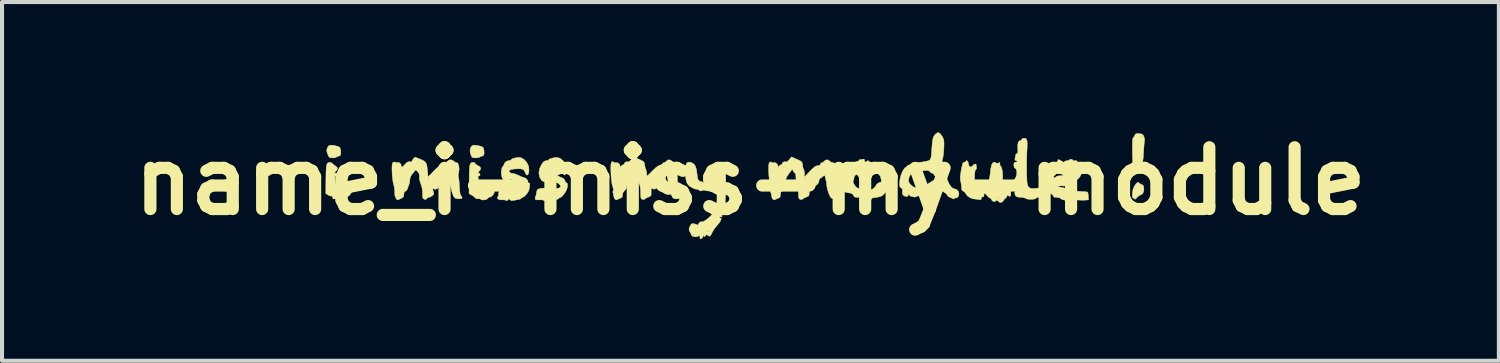
<source format=kicad_pcb>
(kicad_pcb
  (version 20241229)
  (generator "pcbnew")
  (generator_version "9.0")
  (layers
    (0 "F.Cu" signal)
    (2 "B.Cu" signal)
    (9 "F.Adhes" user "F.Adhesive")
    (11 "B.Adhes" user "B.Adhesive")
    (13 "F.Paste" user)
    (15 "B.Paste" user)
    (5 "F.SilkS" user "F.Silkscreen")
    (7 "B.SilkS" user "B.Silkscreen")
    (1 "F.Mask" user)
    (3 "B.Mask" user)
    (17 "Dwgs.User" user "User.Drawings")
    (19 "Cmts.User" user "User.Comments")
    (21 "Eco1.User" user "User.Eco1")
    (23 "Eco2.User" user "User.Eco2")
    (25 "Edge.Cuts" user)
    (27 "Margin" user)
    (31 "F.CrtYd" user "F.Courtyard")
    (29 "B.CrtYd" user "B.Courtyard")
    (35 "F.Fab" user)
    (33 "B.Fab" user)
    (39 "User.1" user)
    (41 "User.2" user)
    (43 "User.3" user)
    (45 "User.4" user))
  (footprint "name_i-miss-my-module"
    (layer "F.Cu")
    (at 15.465 1.418)
    (property "Reference" "name_i-miss-my-module" (at 0 0 0) (layer "F.SilkS") (effects (font (size 1.524 1.524) (thickness 0.3))))
    (attr through_hole)
    (fp_poly (pts (xy -6.765 -0.884) (xy -6.679 -0.866) (xy -6.621 -0.848) (xy -6.592 -0.824) (xy -6.578 -0.781) (xy -6.575 -0.762) (xy -6.57 -0.678) (xy -6.588 -0.629) (xy -6.626 -0.614) (xy -6.666 -0.604) (xy -6.678 -0.593) (xy -6.706 -0.58) (xy -6.759 -0.572) (xy -6.781 -0.572) (xy -6.839 -0.575) (xy -6.871 -0.591) (xy -6.891 -0.629) (xy -6.896 -0.642) (xy -6.918 -0.718) (xy -6.917 -0.778) (xy -6.897 -0.835) (xy -6.871 -0.871) (xy -6.829 -0.887) (xy -6.765 -0.884)) (stroke (width 0.01) (type solid)) (fill yes) (layer "F.SilkS"))
    (fp_poly (pts (xy -10.299 -0.884) (xy -10.214 -0.866) (xy -10.156 -0.848) (xy -10.127 -0.824) (xy -10.113 -0.781) (xy -10.11 -0.762) (xy -10.105 -0.678) (xy -10.122 -0.629) (xy -10.161 -0.614) (xy -10.201 -0.604) (xy -10.213 -0.593) (xy -10.241 -0.579) (xy -10.293 -0.572) (xy -10.309 -0.572) (xy -10.365 -0.576) (xy -10.398 -0.596) (xy -10.423 -0.645) (xy -10.424 -0.648) (xy -10.449 -0.716) (xy -10.454 -0.766) (xy -10.44 -0.816) (xy -10.432 -0.835) (xy -10.406 -0.871) (xy -10.364 -0.887) (xy -10.299 -0.884)) (stroke (width 0.01) (type solid)) (fill yes) (layer "F.SilkS"))
    (fp_poly (pts (xy 9.581 0.039) (xy 9.595 0.052) (xy 9.635 0.079) (xy 9.659 0.085) (xy 9.687 0.103) (xy 9.704 0.149) (xy 9.708 0.21) (xy 9.696 0.271) (xy 9.694 0.277) (xy 9.664 0.322) (xy 9.63 0.339) (xy 9.593 0.354) (xy 9.548 0.392) (xy 9.537 0.404) (xy 9.504 0.439) (xy 9.484 0.45) (xy 9.483 0.446) (xy 9.466 0.426) (xy 9.451 0.423) (xy 9.43 0.411) (xy 9.421 0.369) (xy 9.419 0.326) (xy 9.434 0.217) (xy 9.473 0.119) (xy 9.524 0.054) (xy 9.556 0.031) (xy 9.581 0.039)) (stroke (width 0.01) (type solid)) (fill yes) (layer "F.SilkS"))
    (fp_poly (pts (xy 9.612 -1.17) (xy 9.666 -1.157) (xy 9.695 -1.128) (xy 9.712 -1.085) (xy 9.724 -1.03) (xy 9.725 -0.994) (xy 9.723 -0.99) (xy 9.718 -0.962) (xy 9.712 -0.902) (xy 9.706 -0.819) (xy 9.702 -0.745) (xy 9.696 -0.645) (xy 9.688 -0.554) (xy 9.679 -0.486) (xy 9.672 -0.458) (xy 9.662 -0.409) (xy 9.664 -0.379) (xy 9.66 -0.361) (xy 9.653 -0.36) (xy 9.633 -0.343) (xy 9.631 -0.328) (xy 9.613 -0.302) (xy 9.58 -0.296) (xy 9.526 -0.291) (xy 9.497 -0.284) (xy 9.46 -0.288) (xy 9.448 -0.3) (xy 9.442 -0.33) (xy 9.436 -0.394) (xy 9.434 -0.417) (xy 9.592 -0.417) (xy 9.597 -0.405) (xy 9.618 -0.383) (xy 9.631 -0.387) (xy 9.631 -0.39) (xy 9.616 -0.408) (xy 9.606 -0.415) (xy 9.592 -0.417) (xy 9.434 -0.417) (xy 9.43 -0.486) (xy 9.426 -0.597) (xy 9.424 -0.69) (xy 9.423 -0.826) (xy 9.423 -0.926) (xy 9.426 -0.995) (xy 9.432 -1.04) (xy 9.441 -1.067) (xy 9.451 -1.079) (xy 9.475 -1.111) (xy 9.652 -1.111) (xy 9.663 -1.101) (xy 9.673 -1.111) (xy 9.663 -1.122) (xy 9.652 -1.111) (xy 9.475 -1.111) (xy 9.478 -1.114) (xy 9.483 -1.133) (xy 9.498 -1.162) (xy 9.546 -1.174) (xy 9.612 -1.17)) (stroke (width 0.01) (type solid)) (fill yes) (layer "F.SilkS"))
    (fp_poly (pts (xy -6.806 -0.458) (xy -6.795 -0.44) (xy -6.777 -0.413) (xy -6.734 -0.388) (xy -6.731 -0.387) (xy -6.672 -0.353) (xy -6.652 -0.311) (xy -6.672 -0.266) (xy -6.687 -0.251) (xy -6.718 -0.222) (xy -6.716 -0.206) (xy -6.701 -0.199) (xy -6.673 -0.175) (xy -6.671 -0.145) (xy -6.694 -0.127) (xy -6.701 -0.127) (xy -6.723 -0.116) (xy -6.719 -0.08) (xy -6.706 -0.022) (xy -6.7 0.026) (xy -6.692 0.074) (xy -6.682 0.099) (xy -6.676 0.127) (xy -6.681 0.162) (xy -6.682 0.202) (xy -6.663 0.212) (xy -6.608 0.202) (xy -6.534 0.179) (xy -6.459 0.148) (xy -6.398 0.116) (xy -6.38 0.103) (xy -6.337 0.07) (xy -6.319 0.07) (xy -6.324 0.105) (xy -6.327 0.111) (xy -6.333 0.169) (xy -6.324 0.216) (xy -6.316 0.265) (xy -6.332 0.312) (xy -6.351 0.339) (xy -6.389 0.381) (xy -6.422 0.395) (xy -6.426 0.394) (xy -6.458 0.401) (xy -6.477 0.424) (xy -6.51 0.451) (xy -6.563 0.465) (xy -6.616 0.466) (xy -6.653 0.45) (xy -6.656 0.446) (xy -6.683 0.436) (xy -6.713 0.439) (xy -6.762 0.436) (xy -6.782 0.42) (xy -6.815 0.389) (xy -6.866 0.353) (xy -6.874 0.349) (xy -6.943 0.308) (xy -6.94 -0.01) (xy -6.938 -0.158) (xy -6.935 -0.27) (xy -6.929 -0.35) (xy -6.919 -0.403) (xy -6.904 -0.436) (xy -6.884 -0.454) (xy -6.857 -0.461) (xy -6.853 -0.462) (xy -6.806 -0.458)) (stroke (width 0.01) (type solid)) (fill yes) (layer "F.SilkS"))
    (fp_poly (pts (xy -10.346 -0.457) (xy -10.32 -0.441) (xy -10.287 -0.409) (xy -10.239 -0.375) (xy -10.192 -0.332) (xy -10.187 -0.29) (xy -10.223 -0.248) (xy -10.227 -0.245) (xy -10.257 -0.221) (xy -10.253 -0.207) (xy -10.238 -0.2) (xy -10.209 -0.175) (xy -10.205 -0.145) (xy -10.227 -0.128) (xy -10.234 -0.127) (xy -10.256 -0.117) (xy -10.254 -0.082) (xy -10.251 -0.069) (xy -10.239 -0.007) (xy -10.235 0.037) (xy -10.228 0.074) (xy -10.217 0.085) (xy -10.208 0.102) (xy -10.212 0.146) (xy -10.213 0.148) (xy -10.218 0.195) (xy -10.202 0.211) (xy -10.197 0.212) (xy -10.143 0.202) (xy -10.069 0.179) (xy -9.994 0.148) (xy -9.934 0.116) (xy -9.915 0.103) (xy -9.872 0.069) (xy -9.853 0.07) (xy -9.859 0.105) (xy -9.861 0.111) (xy -9.87 0.175) (xy -9.849 0.225) (xy -9.836 0.236) (xy -9.834 0.259) (xy -9.854 0.298) (xy -9.887 0.341) (xy -9.924 0.377) (xy -9.955 0.394) (xy -9.962 0.393) (xy -9.993 0.401) (xy -10.012 0.424) (xy -10.045 0.45) (xy -10.097 0.465) (xy -10.15 0.466) (xy -10.187 0.451) (xy -10.19 0.447) (xy -10.217 0.437) (xy -10.255 0.439) (xy -10.295 0.44) (xy -10.308 0.417) (xy -10.308 0.403) (xy -10.316 0.373) (xy -10.329 0.37) (xy -10.36 0.369) (xy -10.407 0.35) (xy -10.414 0.346) (xy -10.477 0.308) (xy -10.475 -0.01) (xy -10.473 -0.159) (xy -10.47 -0.271) (xy -10.463 -0.351) (xy -10.453 -0.405) (xy -10.439 -0.438) (xy -10.419 -0.455) (xy -10.394 -0.462) (xy -10.346 -0.457)) (stroke (width 0.01) (type solid)) (fill yes) (layer "F.SilkS"))
    (fp_poly (pts (xy 6.786 -1.054) (xy 6.81 -1.036) (xy 6.823 -0.998) (xy 6.828 -0.935) (xy 6.827 -0.839) (xy 6.823 -0.773) (xy 6.818 -0.644) (xy 6.815 -0.503) (xy 6.814 -0.359) (xy 6.815 -0.221) (xy 6.818 -0.099) (xy 6.822 -0.003) (xy 6.827 0.045) (xy 6.841 0.11) (xy 6.867 0.153) (xy 6.911 0.178) (xy 6.979 0.184) (xy 7.076 0.176) (xy 7.191 0.156) (xy 7.24 0.155) (xy 7.262 0.169) (xy 7.251 0.192) (xy 7.24 0.201) (xy 7.228 0.228) (xy 7.232 0.244) (xy 7.226 0.277) (xy 7.209 0.288) (xy 7.18 0.318) (xy 7.176 0.339) (xy 7.156 0.374) (xy 7.118 0.391) (xy 7.071 0.407) (xy 7.049 0.422) (xy 7.016 0.44) (xy 6.958 0.449) (xy 6.89 0.45) (xy 6.828 0.442) (xy 6.791 0.427) (xy 6.735 0.405) (xy 6.664 0.399) (xy 6.663 0.399) (xy 6.594 0.394) (xy 6.55 0.373) (xy 6.528 0.335) (xy 6.52 0.292) (xy 6.528 0.26) (xy 6.541 0.254) (xy 6.554 0.235) (xy 6.549 0.181) (xy 6.548 0.175) (xy 6.538 0.112) (xy 6.532 0.063) (xy 6.532 0.058) (xy 6.524 0.027) (xy 6.515 0.021) (xy 6.499 0.007) (xy 6.508 -0.03) (xy 6.537 -0.074) (xy 6.561 -0.124) (xy 6.572 -0.188) (xy 6.569 -0.25) (xy 6.554 -0.297) (xy 6.532 -0.314) (xy 6.506 -0.337) (xy 6.498 -0.393) (xy 6.503 -0.444) (xy 6.522 -0.464) (xy 6.54 -0.466) (xy 6.575 -0.475) (xy 6.583 -0.487) (xy 6.566 -0.505) (xy 6.549 -0.508) (xy 6.525 -0.519) (xy 6.527 -0.556) (xy 6.538 -0.611) (xy 6.54 -0.64) (xy 6.555 -0.672) (xy 6.572 -0.677) (xy 6.591 -0.687) (xy 6.598 -0.723) (xy 6.596 -0.778) (xy 6.594 -0.887) (xy 6.605 -0.957) (xy 6.632 -0.991) (xy 6.649 -0.995) (xy 6.682 -1.009) (xy 6.689 -1.027) (xy 6.707 -1.052) (xy 6.75 -1.058) (xy 6.786 -1.054)) (stroke (width 0.01) (type solid)) (fill yes) (layer "F.SilkS"))
    (fp_poly (pts (xy -4.701 -0.564) (xy -4.625 -0.507) (xy -4.566 -0.419) (xy -4.56 -0.405) (xy -4.536 -0.326) (xy -4.531 -0.249) (xy -4.544 -0.19) (xy -4.555 -0.174) (xy -4.588 -0.15) (xy -4.61 -0.164) (xy -4.624 -0.209) (xy -4.65 -0.262) (xy -4.686 -0.291) (xy -4.735 -0.302) (xy -4.806 -0.304) (xy -4.886 -0.3) (xy -4.957 -0.29) (xy -5.005 -0.275) (xy -5.011 -0.271) (xy -5.025 -0.24) (xy -5.006 -0.211) (xy -4.964 -0.193) (xy -4.94 -0.191) (xy -4.89 -0.181) (xy -4.808 -0.151) (xy -4.693 -0.101) (xy -4.614 -0.064) (xy -4.586 -0.032) (xy -4.576 -0.003) (xy -4.558 0.033) (xy -4.538 0.042) (xy -4.517 0.06) (xy -4.512 0.105) (xy -4.52 0.165) (xy -4.543 0.229) (xy -4.549 0.242) (xy -4.595 0.316) (xy -4.641 0.371) (xy -4.68 0.4) (xy -4.69 0.402) (xy -4.72 0.417) (xy -4.724 0.424) (xy -4.748 0.442) (xy -4.794 0.455) (xy -4.865 0.468) (xy -4.919 0.479) (xy -4.973 0.482) (xy -5.008 0.455) (xy -5.009 0.455) (xy -5.031 0.429) (xy -5.044 0.438) (xy -5.05 0.452) (xy -5.074 0.484) (xy -5.105 0.476) (xy -5.109 0.472) (xy -5.137 0.464) (xy -5.192 0.462) (xy -5.218 0.463) (xy -5.277 0.464) (xy -5.305 0.455) (xy -5.313 0.432) (xy -5.313 0.428) (xy -5.306 0.388) (xy -5.299 0.374) (xy -5.288 0.345) (xy -5.28 0.295) (xy -5.28 0.295) (xy -5.27 0.242) (xy -5.254 0.208) (xy -5.222 0.192) (xy -5.171 0.179) (xy -5.117 0.173) (xy -5.075 0.175) (xy -5.059 0.185) (xy -5.039 0.196) (xy -4.987 0.201) (xy -4.912 0.198) (xy -4.822 0.189) (xy -4.768 0.181) (xy -4.704 0.163) (xy -4.681 0.137) (xy -4.698 0.098) (xy -4.73 0.065) (xy -4.776 0.035) (xy -4.818 0.029) (xy -4.844 0.048) (xy -4.847 0.063) (xy -4.863 0.084) (xy -4.868 0.085) (xy -4.887 0.068) (xy -4.889 0.055) (xy -4.907 0.023) (xy -4.921 0.014) (xy -4.949 -0.015) (xy -4.953 -0.031) (xy -4.96 -0.051) (xy -4.987 -0.047) (xy -5.006 -0.038) (xy -5.045 -0.015) (xy -5.059 0.003) (xy -5.073 0.021) (xy -5.106 0.014) (xy -5.147 -0.015) (xy -5.159 -0.026) (xy -5.206 -0.108) (xy -5.22 -0.206) (xy -5.2 -0.312) (xy -5.184 -0.349) (xy -5.038 -0.349) (xy -5.027 -0.339) (xy -5.016 -0.349) (xy -5.027 -0.36) (xy -5.038 -0.349) (xy -5.184 -0.349) (xy -5.182 -0.354) (xy -5.137 -0.436) (xy -5.094 -0.484) (xy -5.047 -0.505) (xy -5.022 -0.507) (xy -4.985 -0.516) (xy -4.974 -0.529) (xy -4.962 -0.547) (xy -4.958 -0.547) (xy -4.929 -0.552) (xy -4.881 -0.569) (xy -4.879 -0.57) (xy -4.788 -0.586) (xy -4.701 -0.564)) (stroke (width 0.01) (type solid)) (fill yes) (layer "F.SilkS"))
    (fp_poly (pts (xy -5.672 -0.583) (xy -5.67 -0.582) (xy -5.59 -0.538) (xy -5.522 -0.466) (xy -5.478 -0.38) (xy -5.47 -0.346) (xy -5.464 -0.26) (xy -5.473 -0.193) (xy -5.495 -0.155) (xy -5.513 -0.148) (xy -5.538 -0.166) (xy -5.556 -0.209) (xy -5.582 -0.262) (xy -5.617 -0.291) (xy -5.666 -0.302) (xy -5.738 -0.304) (xy -5.817 -0.3) (xy -5.888 -0.29) (xy -5.937 -0.275) (xy -5.943 -0.271) (xy -5.956 -0.241) (xy -5.937 -0.211) (xy -5.895 -0.193) (xy -5.87 -0.191) (xy -5.823 -0.181) (xy -5.757 -0.157) (xy -5.715 -0.138) (xy -5.652 -0.108) (xy -5.601 -0.089) (xy -5.581 -0.085) (xy -5.545 -0.07) (xy -5.511 -0.037) (xy -5.49 -0.000245) (xy -5.492 0.02) (xy -5.488 0.039) (xy -5.472 0.042) (xy -5.45 0.051) (xy -5.444 0.086) (xy -5.447 0.122) (xy -5.457 0.187) (xy -5.471 0.239) (xy -5.473 0.243) (xy -5.5 0.29) (xy -5.542 0.341) (xy -5.585 0.382) (xy -5.62 0.402) (xy -5.623 0.402) (xy -5.652 0.417) (xy -5.655 0.424) (xy -5.679 0.442) (xy -5.726 0.455) (xy -5.797 0.468) (xy -5.851 0.479) (xy -5.905 0.481) (xy -5.938 0.458) (xy -5.96 0.434) (xy -5.973 0.446) (xy -5.976 0.454) (xy -6.002 0.485) (xy -6.036 0.476) (xy -6.04 0.472) (xy -6.069 0.464) (xy -6.123 0.462) (xy -6.139 0.463) (xy -6.204 0.457) (xy -6.239 0.433) (xy -6.239 0.395) (xy -6.226 0.373) (xy -6.212 0.343) (xy -6.215 0.333) (xy -6.218 0.304) (xy -6.2 0.259) (xy -6.171 0.215) (xy -6.137 0.185) (xy -6.128 0.181) (xy -6.068 0.171) (xy -6.018 0.172) (xy -5.991 0.184) (xy -5.99 0.188) (xy -5.971 0.198) (xy -5.922 0.201) (xy -5.852 0.199) (xy -5.774 0.192) (xy -5.699 0.181) (xy -5.637 0.167) (xy -5.602 0.154) (xy -5.603 0.135) (xy -5.627 0.101) (xy -5.664 0.063) (xy -5.702 0.033) (xy -5.73 0.021) (xy -5.762 0.038) (xy -5.771 0.053) (xy -5.785 0.071) (xy -5.808 0.059) (xy -5.831 0.037) (xy -5.867 -0.005) (xy -5.887 -0.039) (xy -5.902 -0.052) (xy -5.935 -0.035) (xy -5.952 -0.023) (xy -6.002 0.012) (xy -6.038 0.016) (xy -6.076 -0.011) (xy -6.095 -0.03) (xy -6.129 -0.09) (xy -6.146 -0.17) (xy -6.147 -0.254) (xy -6.13 -0.326) (xy -6.115 -0.349) (xy -5.969 -0.349) (xy -5.958 -0.339) (xy -5.948 -0.349) (xy -5.958 -0.36) (xy -5.969 -0.349) (xy -6.115 -0.349) (xy -6.112 -0.354) (xy -6.084 -0.395) (xy -6.075 -0.423) (xy -6.056 -0.461) (xy -6.011 -0.493) (xy -5.955 -0.507) (xy -5.953 -0.507) (xy -5.916 -0.515) (xy -5.905 -0.526) (xy -5.887 -0.545) (xy -5.84 -0.563) (xy -5.779 -0.577) (xy -5.718 -0.585) (xy -5.672 -0.583)) (stroke (width 0.01) (type solid)) (fill yes) (layer "F.SilkS"))
    (fp_poly (pts (xy 7.936 -0.534) (xy 7.958 -0.513) (xy 7.959 -0.509) (xy 7.976 -0.5) (xy 8.012 -0.503) (xy 8.053 -0.503) (xy 8.065 -0.48) (xy 8.08 -0.444) (xy 8.091 -0.436) (xy 8.106 -0.422) (xy 8.091 -0.411) (xy 8.077 -0.394) (xy 8.095 -0.369) (xy 8.129 -0.344) (xy 8.146 -0.339) (xy 8.173 -0.322) (xy 8.182 -0.278) (xy 8.175 -0.219) (xy 8.154 -0.155) (xy 8.121 -0.097) (xy 8.104 -0.079) (xy 8.063 -0.042) (xy 8.033 -0.024) (xy 8.029 -0.023) (xy 7.968 -0.025) (xy 7.927 -0.008) (xy 7.916 0.013) (xy 7.907 0.036) (xy 7.871 0.035) (xy 7.861 0.033) (xy 7.822 0.027) (xy 7.814 0.042) (xy 7.817 0.05) (xy 7.814 0.089) (xy 7.781 0.115) (xy 7.731 0.121) (xy 7.717 0.119) (xy 7.656 0.116) (xy 7.616 0.126) (xy 7.567 0.145) (xy 7.614 0.147) (xy 7.666 0.153) (xy 7.728 0.167) (xy 7.79 0.184) (xy 7.836 0.201) (xy 7.853 0.214) (xy 7.872 0.222) (xy 7.924 0.231) (xy 7.999 0.242) (xy 8.086 0.251) (xy 8.176 0.258) (xy 8.255 0.262) (xy 8.3 0.266) (xy 8.323 0.281) (xy 8.332 0.319) (xy 8.335 0.364) (xy 8.342 0.463) (xy 8.251 0.47) (xy 8.177 0.471) (xy 8.086 0.467) (xy 8.033 0.462) (xy 7.961 0.457) (xy 7.913 0.46) (xy 7.899 0.467) (xy 7.875 0.483) (xy 7.867 0.483) (xy 7.831 0.479) (xy 7.773 0.473) (xy 7.758 0.471) (xy 7.7 0.459) (xy 7.661 0.438) (xy 7.656 0.432) (xy 7.623 0.411) (xy 7.561 0.402) (xy 7.555 0.402) (xy 7.497 0.397) (xy 7.473 0.379) (xy 7.472 0.37) (xy 7.455 0.337) (xy 7.423 0.316) (xy 7.363 0.268) (xy 7.31 0.189) (xy 7.27 0.089) (xy 7.246 -0.022) (xy 7.244 -0.046) (xy 7.242 -0.106) (xy 7.472 -0.106) (xy 7.487 -0.088) (xy 7.517 -0.088) (xy 7.539 -0.106) (xy 7.539 -0.107) (xy 7.563 -0.121) (xy 7.615 -0.131) (xy 7.647 -0.134) (xy 7.705 -0.14) (xy 7.741 -0.152) (xy 7.747 -0.16) (xy 7.765 -0.181) (xy 7.808 -0.207) (xy 7.862 -0.233) (xy 7.913 -0.251) (xy 7.935 -0.254) (xy 7.953 -0.27) (xy 7.955 -0.308) (xy 7.942 -0.352) (xy 7.918 -0.385) (xy 7.913 -0.388) (xy 7.876 -0.396) (xy 7.843 -0.374) (xy 7.796 -0.348) (xy 7.745 -0.339) (xy 7.702 -0.332) (xy 7.684 -0.318) (xy 7.668 -0.297) (xy 7.662 -0.296) (xy 7.629 -0.282) (xy 7.587 -0.248) (xy 7.551 -0.209) (xy 7.535 -0.178) (xy 7.518 -0.149) (xy 7.504 -0.141) (xy 7.476 -0.118) (xy 7.472 -0.106) (xy 7.242 -0.106) (xy 7.24 -0.157) (xy 7.248 -0.238) (xy 7.266 -0.285) (xy 7.287 -0.295) (xy 7.351 -0.293) (xy 7.378 -0.31) (xy 7.377 -0.337) (xy 7.381 -0.388) (xy 7.401 -0.422) (xy 7.441 -0.453) (xy 7.481 -0.465) (xy 7.509 -0.456) (xy 7.514 -0.441) (xy 7.526 -0.435) (xy 7.554 -0.457) (xy 7.58 -0.492) (xy 7.584 -0.513) (xy 7.586 -0.529) (xy 7.611 -0.527) (xy 7.65 -0.51) (xy 7.686 -0.485) (xy 7.722 -0.458) (xy 7.739 -0.46) (xy 7.743 -0.472) (xy 7.766 -0.495) (xy 7.803 -0.503) (xy 7.85 -0.511) (xy 7.873 -0.527) (xy 7.9 -0.54) (xy 7.936 -0.534)) (stroke (width 0.01) (type solid)) (fill yes) (layer "F.SilkS"))
    (fp_poly (pts (xy 2.808 -0.541) (xy 2.815 -0.51) (xy 2.824 -0.472) (xy 2.85 -0.472) (xy 2.875 -0.492) (xy 2.901 -0.507) (xy 2.92 -0.489) (xy 2.954 -0.469) (xy 3.023 -0.459) (xy 3.052 -0.457) (xy 3.122 -0.451) (xy 3.177 -0.438) (xy 3.197 -0.428) (xy 3.232 -0.402) (xy 3.287 -0.363) (xy 3.328 -0.336) (xy 3.383 -0.298) (xy 3.42 -0.266) (xy 3.429 -0.252) (xy 3.446 -0.235) (xy 3.46 -0.233) (xy 3.49 -0.215) (xy 3.507 -0.168) (xy 3.512 -0.104) (xy 3.506 -0.035) (xy 3.489 0.027) (xy 3.461 0.072) (xy 3.443 0.085) (xy 3.418 0.099) (xy 3.424 0.104) (xy 3.449 0.116) (xy 3.442 0.139) (xy 3.408 0.159) (xy 3.374 0.183) (xy 3.365 0.203) (xy 3.349 0.254) (xy 3.307 0.31) (xy 3.252 0.358) (xy 3.208 0.38) (xy 3.14 0.397) (xy 3.066 0.407) (xy 3.064 0.407) (xy 3.01 0.417) (xy 2.985 0.436) (xy 2.985 0.439) (xy 2.971 0.464) (xy 2.963 0.466) (xy 2.947 0.448) (xy 2.941 0.418) (xy 2.941 0.37) (xy 2.901 0.418) (xy 2.859 0.456) (xy 2.829 0.463) (xy 2.815 0.437) (xy 2.815 0.433) (xy 2.803 0.412) (xy 2.762 0.403) (xy 2.725 0.403) (xy 2.642 0.403) (xy 2.591 0.398) (xy 2.562 0.386) (xy 2.546 0.364) (xy 2.541 0.351) (xy 2.526 0.328) (xy 2.9 0.328) (xy 2.91 0.339) (xy 2.921 0.328) (xy 2.91 0.318) (xy 2.9 0.328) (xy 2.526 0.328) (xy 2.52 0.319) (xy 2.48 0.3) (xy 2.413 0.288) (xy 2.343 0.274) (xy 2.314 0.256) (xy 2.314 0.248) (xy 2.308 0.214) (xy 2.289 0.184) (xy 2.268 0.146) (xy 2.28 0.107) (xy 2.281 0.106) (xy 2.296 0.063) (xy 2.304 0.013) (xy 2.532 0.013) (xy 2.546 0.058) (xy 2.566 0.094) (xy 2.598 0.137) (xy 2.633 0.166) (xy 2.682 0.186) (xy 2.757 0.201) (xy 2.821 0.211) (xy 2.912 0.22) (xy 2.975 0.214) (xy 3.024 0.19) (xy 3.05 0.167) (xy 3.08 0.134) (xy 3.09 0.116) (xy 3.106 0.089) (xy 3.142 0.056) (xy 3.182 0.032) (xy 3.205 0.028) (xy 3.223 0.022) (xy 3.228 -0.02) (xy 3.227 -0.038) (xy 3.202 -0.124) (xy 3.144 -0.19) (xy 3.144 -0.191) (xy 3.365 -0.191) (xy 3.373 -0.173) (xy 3.38 -0.176) (xy 3.382 -0.202) (xy 3.38 -0.205) (xy 3.367 -0.202) (xy 3.365 -0.191) (xy 3.144 -0.191) (xy 3.059 -0.232) (xy 3.021 -0.239) (xy 2.965 -0.251) (xy 2.93 -0.266) (xy 2.926 -0.272) (xy 2.903 -0.284) (xy 2.878 -0.281) (xy 2.844 -0.282) (xy 2.836 -0.294) (xy 2.819 -0.309) (xy 2.783 -0.305) (xy 2.742 -0.284) (xy 2.689 -0.245) (xy 2.634 -0.196) (xy 2.588 -0.147) (xy 2.56 -0.107) (xy 2.556 -0.089) (xy 2.553 -0.053) (xy 2.541 -0.024) (xy 2.532 0.013) (xy 2.304 0.013) (xy 2.307 -0.005) (xy 2.31 -0.057) (xy 2.327 -0.176) (xy 2.368 -0.275) (xy 2.401 -0.331) (xy 2.428 -0.368) (xy 2.437 -0.377) (xy 2.462 -0.394) (xy 2.498 -0.424) (xy 2.554 -0.457) (xy 2.617 -0.478) (xy 2.661 -0.492) (xy 2.677 -0.508) (xy 2.676 -0.51) (xy 2.684 -0.525) (xy 2.706 -0.529) (xy 2.76 -0.536) (xy 2.782 -0.542) (xy 2.808 -0.541)) (stroke (width 0.01) (type solid)) (fill yes) (layer "F.SilkS"))
    (fp_poly (pts (xy 5.357 -0.493) (xy 5.373 -0.459) (xy 5.376 -0.435) (xy 5.389 -0.385) (xy 5.408 -0.36) (xy 5.437 -0.346) (xy 5.466 -0.363) (xy 5.48 -0.378) (xy 5.519 -0.412) (xy 5.553 -0.423) (xy 5.568 -0.408) (xy 5.568 -0.407) (xy 5.573 -0.376) (xy 5.579 -0.343) (xy 5.576 -0.301) (xy 5.56 -0.284) (xy 5.543 -0.257) (xy 5.533 -0.191) (xy 5.531 -0.125) (xy 5.527 -0.04) (xy 5.517 0.013) (xy 5.499 0.045) (xy 5.489 0.054) (xy 5.469 0.076) (xy 5.475 0.084) (xy 5.496 0.103) (xy 5.507 0.14) (xy 5.52 0.181) (xy 5.554 0.198) (xy 5.582 0.201) (xy 5.638 0.197) (xy 5.675 0.177) (xy 5.708 0.152) (xy 5.723 0.147) (xy 5.763 0.13) (xy 5.813 0.089) (xy 5.859 0.034) (xy 5.868 0.021) (xy 5.886 -0.026) (xy 5.903 -0.1) (xy 5.915 -0.185) (xy 5.915 -0.191) (xy 5.93 -0.315) (xy 5.934 -0.328) (xy 6.138 -0.328) (xy 6.149 -0.318) (xy 6.16 -0.328) (xy 6.149 -0.339) (xy 6.138 -0.328) (xy 5.934 -0.328) (xy 5.951 -0.401) (xy 5.978 -0.45) (xy 6.013 -0.466) (xy 6.052 -0.455) (xy 6.064 -0.444) (xy 6.093 -0.435) (xy 6.122 -0.447) (xy 6.153 -0.46) (xy 6.158 -0.444) (xy 6.154 -0.427) (xy 6.156 -0.387) (xy 6.17 -0.373) (xy 6.19 -0.347) (xy 6.206 -0.292) (xy 6.218 -0.219) (xy 6.224 -0.143) (xy 6.223 -0.073) (xy 6.215 -0.022) (xy 6.202 -0.004) (xy 6.187 0.02) (xy 6.181 0.065) (xy 6.171 0.114) (xy 6.149 0.127) (xy 6.121 0.144) (xy 6.117 0.159) (xy 6.126 0.176) (xy 6.157 0.186) (xy 6.219 0.19) (xy 6.265 0.191) (xy 6.339 0.193) (xy 6.393 0.198) (xy 6.416 0.206) (xy 6.416 0.206) (xy 6.425 0.302) (xy 6.42 0.36) (xy 6.398 0.378) (xy 6.36 0.36) (xy 6.36 0.359) (xy 6.335 0.345) (xy 6.329 0.366) (xy 6.329 0.368) (xy 6.312 0.405) (xy 6.287 0.428) (xy 6.253 0.458) (xy 6.244 0.479) (xy 6.226 0.506) (xy 6.186 0.526) (xy 6.162 0.529) (xy 6.137 0.516) (xy 6.109 0.492) (xy 6.077 0.469) (xy 6.06 0.481) (xy 6.06 0.482) (xy 6.033 0.506) (xy 5.994 0.504) (xy 5.961 0.481) (xy 5.954 0.466) (xy 5.935 0.431) (xy 5.918 0.423) (xy 5.898 0.413) (xy 6.096 0.413) (xy 6.107 0.423) (xy 6.117 0.413) (xy 6.107 0.402) (xy 6.096 0.413) (xy 5.898 0.413) (xy 5.889 0.408) (xy 5.85 0.371) (xy 5.841 0.361) (xy 5.796 0.312) (xy 5.77 0.3) (xy 5.762 0.324) (xy 5.763 0.344) (xy 5.757 0.381) (xy 5.731 0.389) (xy 5.7 0.402) (xy 5.694 0.428) (xy 5.687 0.457) (xy 5.659 0.461) (xy 5.636 0.456) (xy 5.576 0.446) (xy 5.535 0.443) (xy 5.472 0.432) (xy 5.406 0.403) (xy 5.35 0.363) (xy 5.321 0.322) (xy 5.32 0.321) (xy 5.291 0.276) (xy 5.257 0.253) (xy 5.223 0.231) (xy 5.209 0.192) (xy 5.207 0.152) (xy 5.201 0.079) (xy 5.187 0.011) (xy 5.185 0.007) (xy 5.176 -0.043) (xy 5.177 -0.114) (xy 5.191 -0.214) (xy 5.195 -0.241) (xy 5.214 -0.341) (xy 5.228 -0.406) (xy 5.242 -0.443) (xy 5.257 -0.461) (xy 5.277 -0.466) (xy 5.281 -0.466) (xy 5.312 -0.481) (xy 5.318 -0.491) (xy 5.335 -0.507) (xy 5.357 -0.493)) (stroke (width 0.01) (type solid)) (fill yes) (layer "F.SilkS"))
    (fp_poly (pts (xy -2.803 -0.562) (xy -2.716 -0.524) (xy -2.661 -0.496) (xy -2.63 -0.471) (xy -2.615 -0.443) (xy -2.609 -0.405) (xy -2.607 -0.391) (xy -2.598 -0.332) (xy -2.585 -0.292) (xy -2.581 -0.287) (xy -2.567 -0.253) (xy -2.561 -0.199) (xy -2.561 -0.197) (xy -2.558 -0.15) (xy -2.551 -0.127) (xy -2.55 -0.127) (xy -2.531 -0.141) (xy -2.49 -0.179) (xy -2.436 -0.234) (xy -2.416 -0.254) (xy -2.343 -0.325) (xy -2.288 -0.366) (xy -2.245 -0.381) (xy -2.239 -0.381) (xy -2.188 -0.396) (xy -2.169 -0.424) (xy -2.151 -0.452) (xy -2.135 -0.453) (xy -2.108 -0.458) (xy -2.082 -0.485) (xy -2.035 -0.523) (xy -1.98 -0.522) (xy -1.933 -0.489) (xy -1.898 -0.462) (xy -1.872 -0.459) (xy -1.846 -0.458) (xy -1.827 -0.43) (xy -1.814 -0.372) (xy -1.806 -0.28) (xy -1.803 -0.151) (xy -1.803 -0.112) (xy -1.8 0.006) (xy -1.795 0.105) (xy -1.787 0.177) (xy -1.778 0.212) (xy -1.765 0.26) (xy -1.776 0.284) (xy -1.785 0.318) (xy -1.768 0.351) (xy -1.74 0.398) (xy -1.748 0.425) (xy -1.794 0.437) (xy -1.817 0.439) (xy -1.857 0.438) (xy -1.89 0.43) (xy -1.917 0.408) (xy -1.94 0.369) (xy -1.962 0.307) (xy -1.986 0.217) (xy -2.013 0.093) (xy -2.036 -0.018) (xy -2.064 -0.152) (xy -2.115 -0.108) (xy -2.155 -0.077) (xy -2.183 -0.064) (xy -2.183 -0.064) (xy -2.197 -0.045) (xy -2.201 -0.012) (xy -2.215 0.04) (xy -2.246 0.084) (xy -2.284 0.106) (xy -2.288 0.106) (xy -2.305 0.118) (xy -2.305 0.122) (xy -2.309 0.169) (xy -2.347 0.193) (xy -2.36 0.196) (xy -2.399 0.197) (xy -2.413 0.188) (xy -2.429 0.17) (xy -2.434 0.169) (xy -2.445 0.188) (xy -2.45 0.237) (xy -2.45 0.269) (xy -2.449 0.331) (xy -2.458 0.364) (xy -2.486 0.382) (xy -2.515 0.393) (xy -2.567 0.415) (xy -2.599 0.438) (xy -2.601 0.44) (xy -2.63 0.454) (xy -2.662 0.452) (xy -2.686 0.442) (xy -2.7 0.422) (xy -2.707 0.382) (xy -2.71 0.313) (xy -2.71 0.278) (xy -2.716 0.167) (xy -2.731 0.095) (xy -2.742 0.075) (xy -2.761 0.026) (xy -2.772 -0.048) (xy -2.773 -0.078) (xy -2.776 -0.141) (xy -2.784 -0.181) (xy -2.79 -0.191) (xy -2.812 -0.207) (xy -2.836 -0.243) (xy -2.864 -0.295) (xy -2.946 -0.185) (xy -3.001 -0.1) (xy -3.023 -0.036) (xy -3.023 -0.021) (xy -3.027 0.033) (xy -3.038 0.064) (xy -3.051 0.11) (xy -3.051 0.14) (xy -3.065 0.19) (xy -3.1 0.228) (xy -3.145 0.285) (xy -3.154 0.337) (xy -3.165 0.394) (xy -3.191 0.415) (xy -3.243 0.435) (xy -3.265 0.446) (xy -3.298 0.462) (xy -3.319 0.46) (xy -3.341 0.447) (xy -3.363 0.414) (xy -3.375 0.362) (xy -3.383 0.311) (xy -3.394 0.282) (xy -3.394 0.282) (xy -3.395 0.257) (xy -3.386 0.243) (xy -3.379 0.204) (xy -3.398 0.138) (xy -3.416 0.074) (xy -3.43 -0.025) (xy -3.44 -0.15) (xy -3.442 -0.187) (xy -3.446 -0.316) (xy -3.443 -0.406) (xy -3.432 -0.46) (xy -3.414 -0.482) (xy -3.387 -0.474) (xy -3.379 -0.468) (xy -3.342 -0.451) (xy -3.325 -0.454) (xy -3.286 -0.457) (xy -3.246 -0.432) (xy -3.22 -0.393) (xy -3.217 -0.375) (xy -3.214 -0.343) (xy -3.203 -0.351) (xy -3.194 -0.365) (xy -3.163 -0.396) (xy -3.142 -0.402) (xy -3.115 -0.418) (xy -3.111 -0.432) (xy -3.094 -0.463) (xy -3.056 -0.479) (xy -3.022 -0.473) (xy -2.996 -0.479) (xy -2.958 -0.511) (xy -2.943 -0.529) (xy -2.886 -0.598) (xy -2.803 -0.562)) (stroke (width 0.01) (type solid)) (fill yes) (layer "F.SilkS"))
    (fp_poly (pts (xy 4.65 -1.196) (xy 4.68 -1.169) (xy 4.701 -1.144) (xy 4.74 -1.087) (xy 4.766 -1.03) (xy 4.769 -1.02) (xy 4.775 -0.962) (xy 4.775 -0.881) (xy 4.772 -0.787) (xy 4.765 -0.694) (xy 4.755 -0.614) (xy 4.744 -0.559) (xy 4.739 -0.547) (xy 4.727 -0.503) (xy 4.739 -0.48) (xy 4.759 -0.44) (xy 4.763 -0.418) (xy 4.77 -0.391) (xy 4.781 -0.39) (xy 4.801 -0.383) (xy 4.815 -0.339) (xy 4.824 -0.263) (xy 4.826 -0.198) (xy 4.836 -0.106) (xy 4.864 -0.012) (xy 4.904 0.073) (xy 4.951 0.141) (xy 5.001 0.182) (xy 5.031 0.19) (xy 5.091 0.209) (xy 5.132 0.259) (xy 5.144 0.316) (xy 5.132 0.37) (xy 5.105 0.407) (xy 5.071 0.418) (xy 5.06 0.413) (xy 5.04 0.414) (xy 5.038 0.422) (xy 5.025 0.442) (xy 4.987 0.431) (xy 4.974 0.424) (xy 4.926 0.401) (xy 4.903 0.393) (xy 4.866 0.365) (xy 4.854 0.343) (xy 4.844 0.328) (xy 4.932 0.328) (xy 4.942 0.339) (xy 4.953 0.328) (xy 4.942 0.318) (xy 4.932 0.328) (xy 4.844 0.328) (xy 4.829 0.309) (xy 4.783 0.278) (xy 4.782 0.278) (xy 4.739 0.25) (xy 4.72 0.222) (xy 4.72 0.22) (xy 4.703 0.194) (xy 4.688 0.191) (xy 4.66 0.174) (xy 4.657 0.16) (xy 4.642 0.143) (xy 4.605 0.147) (xy 4.559 0.166) (xy 4.517 0.196) (xy 4.501 0.214) (xy 4.457 0.254) (xy 4.387 0.295) (xy 4.306 0.331) (xy 4.228 0.354) (xy 4.185 0.36) (xy 4.129 0.367) (xy 4.092 0.383) (xy 4.091 0.384) (xy 4.052 0.397) (xy 4.028 0.391) (xy 3.987 0.379) (xy 3.97 0.379) (xy 3.942 0.368) (xy 3.922 0.347) (xy 3.901 0.322) (xy 3.895 0.331) (xy 3.895 0.345) (xy 3.877 0.375) (xy 3.844 0.381) (xy 3.786 0.364) (xy 3.752 0.32) (xy 3.747 0.282) (xy 3.749 0.21) (xy 3.733 0.175) (xy 3.715 0.169) (xy 3.691 0.151) (xy 3.68 0.101) (xy 3.68 0.03) (xy 3.689 -0.04) (xy 3.898 -0.04) (xy 3.906 0.025) (xy 3.949 0.085) (xy 3.953 0.089) (xy 4.02 0.142) (xy 4.082 0.165) (xy 4.156 0.162) (xy 4.216 0.147) (xy 4.278 0.123) (xy 4.353 0.084) (xy 4.404 0.052) (xy 4.464 0.014) (xy 4.51 -0.013) (xy 4.531 -0.021) (xy 4.553 -0.037) (xy 4.578 -0.073) (xy 4.593 -0.109) (xy 4.593 -0.115) (xy 4.576 -0.126) (xy 4.561 -0.127) (xy 4.533 -0.144) (xy 4.53 -0.159) (xy 4.512 -0.186) (xy 4.492 -0.191) (xy 4.451 -0.207) (xy 4.432 -0.228) (xy 4.412 -0.249) (xy 4.378 -0.26) (xy 4.323 -0.262) (xy 4.241 -0.256) (xy 4.138 -0.244) (xy 4.053 -0.23) (xy 3.999 -0.212) (xy 3.962 -0.181) (xy 3.931 -0.131) (xy 3.927 -0.122) (xy 3.898 -0.04) (xy 3.689 -0.04) (xy 3.69 -0.052) (xy 3.711 -0.137) (xy 3.74 -0.215) (xy 3.741 -0.216) (xy 3.775 -0.279) (xy 3.807 -0.323) (xy 3.827 -0.338) (xy 3.857 -0.356) (xy 3.866 -0.37) (xy 3.894 -0.394) (xy 3.937 -0.402) (xy 3.999 -0.412) (xy 4.056 -0.434) (xy 4.119 -0.457) (xy 4.174 -0.466) (xy 4.228 -0.47) (xy 4.301 -0.483) (xy 4.337 -0.49) (xy 4.383 -0.501) (xy 4.415 -0.514) (xy 4.437 -0.536) (xy 4.452 -0.573) (xy 4.462 -0.632) (xy 4.469 -0.721) (xy 4.474 -0.794) (xy 4.72 -0.794) (xy 4.731 -0.783) (xy 4.741 -0.794) (xy 4.731 -0.804) (xy 4.72 -0.794) (xy 4.474 -0.794) (xy 4.477 -0.836) (xy 4.488 -0.959) (xy 4.503 -1.048) (xy 4.526 -1.11) (xy 4.559 -1.154) (xy 4.589 -1.177) (xy 4.625 -1.198) (xy 4.65 -1.196)) (stroke (width 0.01) (type solid)) (fill yes) (layer "F.SilkS"))
    (fp_poly (pts (xy 1.092 -0.562) (xy 1.179 -0.524) (xy 1.234 -0.496) (xy 1.265 -0.471) (xy 1.28 -0.443) (xy 1.286 -0.405) (xy 1.287 -0.391) (xy 1.296 -0.332) (xy 1.31 -0.292) (xy 1.314 -0.287) (xy 1.326 -0.254) (xy 1.333 -0.198) (xy 1.333 -0.184) (xy 1.333 -0.101) (xy 1.466 -0.241) (xy 1.538 -0.313) (xy 1.591 -0.357) (xy 1.633 -0.377) (xy 1.659 -0.381) (xy 1.71 -0.393) (xy 1.729 -0.423) (xy 1.746 -0.452) (xy 1.761 -0.453) (xy 1.787 -0.458) (xy 1.813 -0.485) (xy 1.86 -0.523) (xy 1.915 -0.522) (xy 1.961 -0.489) (xy 1.998 -0.462) (xy 2.025 -0.459) (xy 2.055 -0.452) (xy 2.08 -0.414) (xy 2.097 -0.356) (xy 2.103 -0.289) (xy 2.096 -0.233) (xy 2.084 -0.166) (xy 2.084 -0.109) (xy 2.086 -0.1) (xy 2.094 -0.049) (xy 2.103 0.03) (xy 2.11 0.123) (xy 2.115 0.216) (xy 2.117 0.291) (xy 2.122 0.338) (xy 2.136 0.36) (xy 2.138 0.36) (xy 2.156 0.377) (xy 2.159 0.398) (xy 2.141 0.425) (xy 2.099 0.439) (xy 2.047 0.437) (xy 1.999 0.419) (xy 1.983 0.405) (xy 1.955 0.357) (xy 1.925 0.285) (xy 1.9 0.204) (xy 1.885 0.132) (xy 1.883 0.107) (xy 1.878 0.054) (xy 1.864 -0.017) (xy 1.857 -0.049) (xy 1.83 -0.151) (xy 1.78 -0.107) (xy 1.739 -0.077) (xy 1.712 -0.064) (xy 1.711 -0.064) (xy 1.698 -0.045) (xy 1.693 -0.012) (xy 1.681 0.038) (xy 1.65 0.083) (xy 1.614 0.105) (xy 1.61 0.106) (xy 1.596 0.123) (xy 1.595 0.141) (xy 1.578 0.173) (xy 1.54 0.192) (xy 1.494 0.198) (xy 1.482 0.185) (xy 1.472 0.174) (xy 1.466 0.178) (xy 1.456 0.208) (xy 1.45 0.262) (xy 1.45 0.282) (xy 1.447 0.339) (xy 1.43 0.37) (xy 1.391 0.389) (xy 1.379 0.393) (xy 1.328 0.415) (xy 1.295 0.438) (xy 1.294 0.44) (xy 1.264 0.454) (xy 1.232 0.452) (xy 1.208 0.442) (xy 1.194 0.421) (xy 1.187 0.38) (xy 1.185 0.309) (xy 1.185 0.286) (xy 1.18 0.18) (xy 1.165 0.1) (xy 1.154 0.071) (xy 1.134 0.012) (xy 1.125 -0.053) (xy 1.333 -0.053) (xy 1.344 -0.042) (xy 1.355 -0.053) (xy 1.344 -0.064) (xy 1.333 -0.053) (xy 1.125 -0.053) (xy 1.123 -0.064) (xy 1.122 -0.09) (xy 1.119 -0.149) (xy 1.11 -0.185) (xy 1.104 -0.191) (xy 1.082 -0.207) (xy 1.059 -0.242) (xy 1.032 -0.293) (xy 0.949 -0.184) (xy 0.898 -0.11) (xy 0.875 -0.055) (xy 0.874 -0.015) (xy 0.874 0.032) (xy 0.864 0.055) (xy 0.851 0.082) (xy 0.846 0.123) (xy 0.834 0.182) (xy 0.805 0.231) (xy 0.769 0.254) (xy 0.765 0.254) (xy 0.749 0.273) (xy 0.741 0.319) (xy 0.741 0.329) (xy 0.732 0.388) (xy 0.705 0.414) (xy 0.704 0.415) (xy 0.652 0.435) (xy 0.63 0.446) (xy 0.596 0.462) (xy 0.575 0.46) (xy 0.553 0.447) (xy 0.532 0.414) (xy 0.519 0.362) (xy 0.512 0.311) (xy 0.501 0.282) (xy 0.501 0.282) (xy 0.5 0.257) (xy 0.507 0.244) (xy 0.514 0.205) (xy 0.501 0.135) (xy 0.495 0.115) (xy 0.477 0.04) (xy 0.463 -0.055) (xy 0.453 -0.158) (xy 0.448 -0.26) (xy 0.448 -0.35) (xy 0.454 -0.419) (xy 0.465 -0.455) (xy 0.496 -0.475) (xy 0.52 -0.464) (xy 0.556 -0.451) (xy 0.57 -0.454) (xy 0.608 -0.457) (xy 0.649 -0.432) (xy 0.675 -0.393) (xy 0.678 -0.375) (xy 0.681 -0.343) (xy 0.692 -0.351) (xy 0.7 -0.365) (xy 0.732 -0.396) (xy 0.752 -0.402) (xy 0.78 -0.418) (xy 0.783 -0.432) (xy 0.801 -0.464) (xy 0.842 -0.479) (xy 0.876 -0.474) (xy 0.907 -0.482) (xy 0.948 -0.518) (xy 0.958 -0.53) (xy 1.01 -0.597) (xy 1.092 -0.562)) (stroke (width 0.01) (type solid)) (fill yes) (layer "F.SilkS"))
    (fp_poly (pts (xy -8.167 -0.549) (xy -8.083 -0.513) (xy -8.03 -0.479) (xy -7.998 -0.434) (xy -7.98 -0.369) (xy -7.969 -0.273) (xy -7.969 -0.271) (xy -7.954 -0.1) (xy -7.818 -0.243) (xy -7.817 -0.243) (xy -7.26 -0.243) (xy -7.25 -0.233) (xy -7.239 -0.243) (xy -7.25 -0.254) (xy -7.26 -0.243) (xy -7.817 -0.243) (xy -7.746 -0.315) (xy -7.695 -0.357) (xy -7.659 -0.375) (xy -7.64 -0.374) (xy -7.596 -0.381) (xy -7.564 -0.415) (xy -7.536 -0.449) (xy -7.518 -0.456) (xy -7.5 -0.462) (xy -7.478 -0.487) (xy -7.431 -0.522) (xy -7.373 -0.524) (xy -7.318 -0.492) (xy -7.314 -0.488) (xy -7.278 -0.461) (xy -7.251 -0.457) (xy -7.226 -0.448) (xy -7.205 -0.409) (xy -7.192 -0.351) (xy -7.187 -0.286) (xy -7.196 -0.226) (xy -7.197 -0.22) (xy -7.21 -0.161) (xy -7.208 -0.114) (xy -7.207 -0.11) (xy -7.198 -0.071) (xy -7.189 -0.005) (xy -7.184 0.064) (xy -7.177 0.176) (xy -7.171 0.254) (xy -7.164 0.304) (xy -7.156 0.336) (xy -7.146 0.355) (xy -7.138 0.363) (xy -7.112 0.403) (xy -7.125 0.428) (xy -7.176 0.438) (xy -7.201 0.437) (xy -7.263 0.43) (xy -7.301 0.406) (xy -7.328 0.367) (xy -7.349 0.317) (xy -7.372 0.238) (xy -7.393 0.144) (xy -7.401 0.103) (xy -7.419 -0.006) (xy -7.433 -0.079) (xy -7.444 -0.121) (xy -7.456 -0.138) (xy -7.471 -0.135) (xy -7.491 -0.118) (xy -7.5 -0.109) (xy -7.542 -0.077) (xy -7.574 -0.064) (xy -7.591 -0.045) (xy -7.599 -0.001) (xy -7.599 0.000454) (xy -7.611 0.056) (xy -7.65 0.088) (xy -7.686 0.115) (xy -7.69 0.14) (xy -7.7 0.168) (xy -7.739 0.192) (xy -7.787 0.204) (xy -7.807 0.192) (xy -7.825 0.178) (xy -7.832 0.18) (xy -7.837 0.205) (xy -7.826 0.251) (xy -7.825 0.256) (xy -7.811 0.304) (xy -7.822 0.336) (xy -7.85 0.362) (xy -7.898 0.391) (xy -7.938 0.402) (xy -7.976 0.418) (xy -7.987 0.434) (xy -8.01 0.454) (xy -8.047 0.447) (xy -8.074 0.432) (xy -8.087 0.406) (xy -8.09 0.355) (xy -8.088 0.314) (xy -8.101 0.171) (xy -8.128 0.085) (xy -8.152 0.012) (xy -8.167 -0.053) (xy -7.959 -0.053) (xy -7.948 -0.042) (xy -7.938 -0.053) (xy -7.948 -0.064) (xy -7.959 -0.053) (xy -8.167 -0.053) (xy -8.167 -0.053) (xy -8.169 -0.083) (xy -8.168 -0.145) (xy -8.178 -0.185) (xy -8.205 -0.224) (xy -8.214 -0.235) (xy -8.246 -0.268) (xy -8.265 -0.271) (xy -8.288 -0.246) (xy -8.289 -0.243) (xy -8.327 -0.194) (xy -8.362 -0.153) (xy -8.393 -0.092) (xy -8.403 -0.031) (xy -8.409 0.03) (xy -8.422 0.078) (xy -8.423 0.08) (xy -8.442 0.128) (xy -8.456 0.177) (xy -8.48 0.227) (xy -8.51 0.248) (xy -8.54 0.269) (xy -8.551 0.318) (xy -8.551 0.33) (xy -8.557 0.38) (xy -8.582 0.41) (xy -8.628 0.434) (xy -8.682 0.456) (xy -8.712 0.462) (xy -8.73 0.449) (xy -8.751 0.417) (xy -8.773 0.357) (xy -8.776 0.285) (xy -8.778 0.21) (xy -8.793 0.127) (xy -8.799 0.106) (xy -8.816 0.034) (xy -8.829 -0.058) (xy -8.839 -0.159) (xy -8.843 -0.243) (xy -8.594 -0.243) (xy -8.583 -0.233) (xy -8.572 -0.243) (xy -8.583 -0.254) (xy -8.594 -0.243) (xy -8.843 -0.243) (xy -8.844 -0.26) (xy -8.844 -0.349) (xy -8.839 -0.417) (xy -8.827 -0.454) (xy -8.827 -0.454) (xy -8.789 -0.474) (xy -8.766 -0.468) (xy -8.722 -0.457) (xy -8.704 -0.46) (xy -8.664 -0.455) (xy -8.629 -0.423) (xy -8.615 -0.378) (xy -8.611 -0.348) (xy -8.597 -0.344) (xy -8.566 -0.369) (xy -8.521 -0.415) (xy -8.472 -0.463) (xy -8.433 -0.48) (xy -8.406 -0.477) (xy -8.371 -0.472) (xy -8.36 -0.48) (xy -8.347 -0.507) (xy -8.319 -0.545) (xy -8.279 -0.593) (xy -8.167 -0.549)) (stroke (width 0.01) (type solid)) (fill yes) (layer "F.SilkS"))
    (fp_poly (pts (xy -1.461 -0.459) (xy -1.401 -0.426) (xy -1.359 -0.371) (xy -1.332 -0.286) (xy -1.317 -0.167) (xy -1.307 -0.081) (xy -1.288 -0.028) (xy -1.25 0.004) (xy -1.184 0.023) (xy -1.149 0.029) (xy -1.102 0.033) (xy -1.09 0.02) (xy -1.091 0.015) (xy -1.081 -0.01) (xy -1.08 -0.011) (xy -0.889 -0.011) (xy -0.878 0) (xy -0.868 -0.011) (xy -0.878 -0.021) (xy -0.889 -0.011) (xy -1.08 -0.011) (xy -1.041 -0.035) (xy -1.038 -0.036) (xy -0.993 -0.062) (xy -0.974 -0.092) (xy -0.974 -0.093) (xy -0.958 -0.123) (xy -0.943 -0.127) (xy -0.908 -0.143) (xy -0.89 -0.164) (xy -0.87 -0.189) (xy -0.852 -0.176) (xy -0.847 -0.169) (xy -0.835 -0.164) (xy -0.828 -0.193) (xy -0.826 -0.261) (xy -0.826 -0.27) (xy -0.824 -0.343) (xy -0.817 -0.383) (xy -0.803 -0.4) (xy -0.787 -0.402) (xy -0.748 -0.389) (xy -0.697 -0.355) (xy -0.681 -0.342) (xy -0.644 -0.305) (xy -0.623 -0.268) (xy -0.614 -0.216) (xy -0.61 -0.146) (xy -0.609 -0.026) (xy -0.609 0.102) (xy -0.611 0.231) (xy -0.614 0.352) (xy -0.619 0.459) (xy -0.624 0.546) (xy -0.63 0.603) (xy -0.637 0.625) (xy -0.652 0.654) (xy -0.656 0.689) (xy -0.668 0.731) (xy -0.689 0.741) (xy -0.709 0.749) (xy -0.713 0.781) (xy -0.707 0.818) (xy -0.7 0.868) (xy -0.707 0.886) (xy -0.727 0.882) (xy -0.756 0.881) (xy -0.762 0.89) (xy -0.746 0.91) (xy -0.741 0.91) (xy -0.721 0.924) (xy -0.729 0.962) (xy -0.763 1.02) (xy -0.821 1.092) (xy -0.857 1.133) (xy -0.892 1.178) (xy -0.931 1.243) (xy -0.949 1.276) (xy -0.978 1.333) (xy -0.999 1.358) (xy -1.021 1.358) (xy -1.046 1.343) (xy -1.083 1.323) (xy -1.101 1.329) (xy -1.11 1.348) (xy -1.124 1.373) (xy -1.141 1.358) (xy -1.144 1.354) (xy -1.16 1.336) (xy -1.164 1.351) (xy -1.176 1.385) (xy -1.202 1.415) (xy -1.228 1.427) (xy -1.236 1.424) (xy -1.247 1.394) (xy -1.249 1.368) (xy -1.254 1.34) (xy -1.272 1.349) (xy -1.274 1.35) (xy -1.316 1.372) (xy -1.371 1.376) (xy -1.422 1.365) (xy -1.451 1.341) (xy -1.452 1.339) (xy -1.46 1.319) (xy -1.411 1.319) (xy -1.408 1.332) (xy -1.397 1.333) (xy -1.38 1.326) (xy -1.383 1.319) (xy -1.408 1.317) (xy -1.411 1.319) (xy -1.46 1.319) (xy -1.473 1.288) (xy -1.483 1.27) (xy -1.5 1.238) (xy -1.079 1.238) (xy -1.069 1.249) (xy -1.058 1.238) (xy -1.069 1.228) (xy -1.079 1.238) (xy -1.5 1.238) (xy -1.512 1.216) (xy -1.515 1.173) (xy -1.494 1.118) (xy -1.492 1.114) (xy -1.465 1.066) (xy -1.438 1.048) (xy -1.394 1.051) (xy -1.39 1.052) (xy -1.34 1.066) (xy -1.311 1.083) (xy -1.311 1.083) (xy -1.295 1.08) (xy -1.274 1.048) (xy -1.247 1.009) (xy -1.208 1.004) (xy -1.201 1.006) (xy -1.16 0.998) (xy -1.102 0.963) (xy -1.035 0.91) (xy -0.968 0.846) (xy -0.908 0.779) (xy -0.864 0.716) (xy -0.846 0.677) (xy -0.836 0.621) (xy -0.829 0.545) (xy -0.826 0.458) (xy -0.826 0.372) (xy -0.829 0.295) (xy -0.836 0.239) (xy -0.846 0.212) (xy -0.848 0.212) (xy -0.862 0.193) (xy -0.857 0.146) (xy -0.853 0.102) (xy -0.865 0.093) (xy -0.887 0.115) (xy -0.916 0.165) (xy -0.923 0.182) (xy -0.946 0.227) (xy -0.973 0.246) (xy -1.021 0.246) (xy -1.039 0.245) (xy -1.096 0.237) (xy -1.132 0.228) (xy -1.137 0.225) (xy -1.162 0.224) (xy -1.19 0.235) (xy -1.233 0.245) (xy -1.268 0.224) (xy -1.301 0.202) (xy -1.316 0.201) (xy -1.343 0.202) (xy -1.391 0.185) (xy -1.449 0.157) (xy -1.503 0.123) (xy -1.521 0.109) (xy -1.563 0.054) (xy -1.59 -0.029) (xy -1.605 -0.145) (xy -1.608 -0.246) (xy -1.603 -0.355) (xy -1.584 -0.426) (xy -1.551 -0.463) (xy -1.5 -0.469) (xy -1.461 -0.459)) (stroke (width 0.01) (type solid)) (fill yes) (layer "F.SilkS")))
  (gr_rect
    (start -3 -3)
    (end 33.93 5.851)
    (stroke (width 0.1) (type default))
    (fill no)
    (layer "Edge.Cuts")))
</source>
